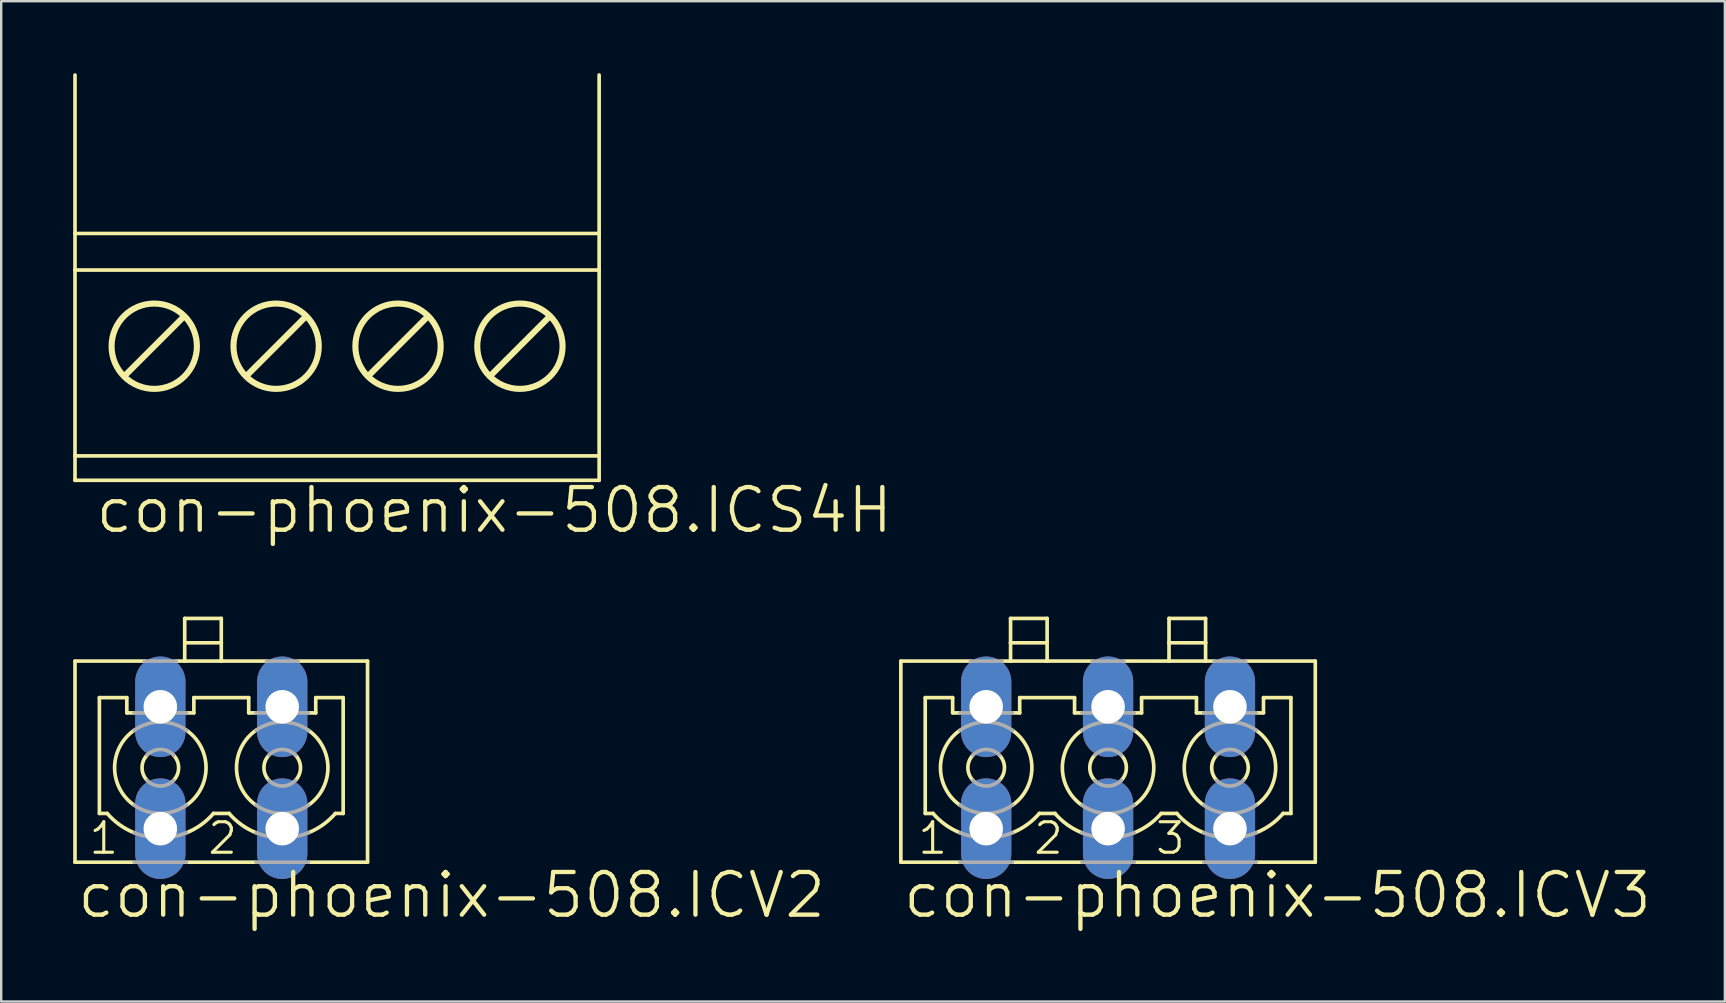
<source format=kicad_pcb>
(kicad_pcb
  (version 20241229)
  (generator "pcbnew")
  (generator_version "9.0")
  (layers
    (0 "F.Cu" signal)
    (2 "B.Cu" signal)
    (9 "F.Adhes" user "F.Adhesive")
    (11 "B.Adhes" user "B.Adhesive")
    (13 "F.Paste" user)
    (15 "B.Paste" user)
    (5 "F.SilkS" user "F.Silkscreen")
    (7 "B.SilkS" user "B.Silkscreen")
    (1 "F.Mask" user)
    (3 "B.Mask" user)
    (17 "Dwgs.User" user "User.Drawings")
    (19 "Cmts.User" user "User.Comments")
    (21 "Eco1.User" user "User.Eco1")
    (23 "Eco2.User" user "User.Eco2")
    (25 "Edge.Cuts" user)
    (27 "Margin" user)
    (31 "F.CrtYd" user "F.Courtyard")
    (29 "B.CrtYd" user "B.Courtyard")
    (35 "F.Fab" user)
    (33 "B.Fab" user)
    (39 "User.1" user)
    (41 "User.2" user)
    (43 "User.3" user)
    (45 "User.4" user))
  (footprint "con-phoenix-508.ICV3"
    (layer "F.Cu")
    (at 43.13 28.946)
    (property "Reference" "con-phoenix-508.ICV3" (at -8.636 6.35 0) (layer "F.SilkS") (effects (font (size 1.778 1.778) (thickness 0.18)) (justify left bottom)))
    (attr through_hole)
    (fp_line (start -8.636 -4.445) (end -8.636 3.937) (stroke (width 0.152) (type default)) (layer "F.SilkS"))
    (fp_line (start -8.636 -4.445) (end -5.74 -4.445) (stroke (width 0.152) (type default)) (layer "F.SilkS"))
    (fp_line (start -8.636 3.937) (end -6.172 3.937) (stroke (width 0.152) (type default)) (layer "F.SilkS"))
    (fp_line (start -7.62 -2.921) (end -7.62 1.905) (stroke (width 0.152) (type default)) (layer "F.SilkS"))
    (fp_line (start -7.62 -2.921) (end -6.477 -2.921) (stroke (width 0.152) (type default)) (layer "F.SilkS"))
    (fp_line (start -7.62 1.905) (end -7.294 1.905) (stroke (width 0.152) (type default)) (layer "F.SilkS"))
    (fp_line (start -6.477 -2.286) (end -6.477 -2.921) (stroke (width 0.152) (type default)) (layer "F.SilkS"))
    (fp_line (start -6.477 -2.286) (end -6.172 -2.286) (stroke (width 0.152) (type default)) (layer "F.SilkS"))
    (fp_line (start -4.42 -4.445) (end -4.064 -4.445) (stroke (width 0.152) (type default)) (layer "F.SilkS"))
    (fp_line (start -4.064 -5.207) (end -4.064 -6.223) (stroke (width 0.152) (type default)) (layer "F.SilkS"))
    (fp_line (start -4.064 -5.207) (end -2.54 -5.207) (stroke (width 0.152) (type default)) (layer "F.SilkS"))
    (fp_line (start -4.064 -4.445) (end -4.064 -5.207) (stroke (width 0.152) (type default)) (layer "F.SilkS"))
    (fp_line (start -4.064 -4.445) (end -2.54 -4.445) (stroke (width 0.152) (type default)) (layer "F.SilkS"))
    (fp_line (start -3.988 -2.286) (end -3.683 -2.286) (stroke (width 0.152) (type default)) (layer "F.SilkS"))
    (fp_line (start -3.988 3.937) (end -1.092 3.937) (stroke (width 0.152) (type default)) (layer "F.SilkS"))
    (fp_line (start -3.683 -2.921) (end -1.397 -2.921) (stroke (width 0.152) (type default)) (layer "F.SilkS"))
    (fp_line (start -3.683 -2.286) (end -3.683 -2.921) (stroke (width 0.152) (type default)) (layer "F.SilkS"))
    (fp_line (start -2.866 1.905) (end -2.214 1.905) (stroke (width 0.152) (type default)) (layer "F.SilkS"))
    (fp_line (start -2.54 -6.223) (end -4.064 -6.223) (stroke (width 0.152) (type default)) (layer "F.SilkS"))
    (fp_line (start -2.54 -5.207) (end -2.54 -6.223) (stroke (width 0.152) (type default)) (layer "F.SilkS"))
    (fp_line (start -2.54 -4.445) (end -2.54 -5.207) (stroke (width 0.152) (type default)) (layer "F.SilkS"))
    (fp_line (start -2.54 -4.445) (end -0.66 -4.445) (stroke (width 0.152) (type default)) (layer "F.SilkS"))
    (fp_line (start -1.397 -2.286) (end -1.397 -2.921) (stroke (width 0.152) (type default)) (layer "F.SilkS"))
    (fp_line (start -1.397 -2.286) (end -1.092 -2.286) (stroke (width 0.152) (type default)) (layer "F.SilkS"))
    (fp_line (start 0.66 -4.445) (end 2.54 -4.445) (stroke (width 0.152) (type default)) (layer "F.SilkS"))
    (fp_line (start 1.092 -2.286) (end 1.397 -2.286) (stroke (width 0.152) (type default)) (layer "F.SilkS"))
    (fp_line (start 1.092 3.937) (end 3.988 3.937) (stroke (width 0.152) (type default)) (layer "F.SilkS"))
    (fp_line (start 1.397 -2.921) (end 3.683 -2.921) (stroke (width 0.152) (type default)) (layer "F.SilkS"))
    (fp_line (start 1.397 -2.286) (end 1.397 -2.921) (stroke (width 0.152) (type default)) (layer "F.SilkS"))
    (fp_line (start 2.214 1.905) (end 2.866 1.905) (stroke (width 0.152) (type default)) (layer "F.SilkS"))
    (fp_line (start 2.54 -5.207) (end 2.54 -6.223) (stroke (width 0.152) (type default)) (layer "F.SilkS"))
    (fp_line (start 2.54 -5.207) (end 4.064 -5.207) (stroke (width 0.152) (type default)) (layer "F.SilkS"))
    (fp_line (start 2.54 -4.445) (end 2.54 -5.207) (stroke (width 0.152) (type default)) (layer "F.SilkS"))
    (fp_line (start 2.54 -4.445) (end 4.064 -4.445) (stroke (width 0.152) (type default)) (layer "F.SilkS"))
    (fp_line (start 3.683 -2.286) (end 3.683 -2.921) (stroke (width 0.152) (type default)) (layer "F.SilkS"))
    (fp_line (start 3.683 -2.286) (end 3.988 -2.286) (stroke (width 0.152) (type default)) (layer "F.SilkS"))
    (fp_line (start 4.064 -6.223) (end 2.54 -6.223) (stroke (width 0.152) (type default)) (layer "F.SilkS"))
    (fp_line (start 4.064 -5.207) (end 4.064 -6.223) (stroke (width 0.152) (type default)) (layer "F.SilkS"))
    (fp_line (start 4.064 -4.445) (end 4.064 -5.207) (stroke (width 0.152) (type default)) (layer "F.SilkS"))
    (fp_line (start 4.064 -4.445) (end 4.42 -4.445) (stroke (width 0.152) (type default)) (layer "F.SilkS"))
    (fp_line (start 5.74 -4.445) (end 8.636 -4.445) (stroke (width 0.152) (type default)) (layer "F.SilkS"))
    (fp_line (start 6.172 -2.286) (end 6.477 -2.286) (stroke (width 0.152) (type default)) (layer "F.SilkS"))
    (fp_line (start 6.172 3.937) (end 8.636 3.937) (stroke (width 0.152) (type default)) (layer "F.SilkS"))
    (fp_line (start 6.477 -2.921) (end 7.62 -2.921) (stroke (width 0.152) (type default)) (layer "F.SilkS"))
    (fp_line (start 6.477 -2.286) (end 6.477 -2.921) (stroke (width 0.152) (type default)) (layer "F.SilkS"))
    (fp_line (start 7.294 1.905) (end 7.62 1.905) (stroke (width 0.152) (type default)) (layer "F.SilkS"))
    (fp_line (start 7.62 1.905) (end 7.62 -2.921) (stroke (width 0.152) (type default)) (layer "F.SilkS"))
    (fp_line (start 8.636 -4.445) (end 8.636 3.937) (stroke (width 0.152) (type default)) (layer "F.SilkS"))
    (fp_arc (start -6.1722 1.5608) (mid -6.984993 0) (end -6.1722 -1.5608) (stroke (width 0.1524) (type default)) (layer "F.SilkS"))
    (fp_arc (start -6.1718 2.7092) (mid -6.781094 2.374351) (end -7.294 1.905) (stroke (width 0.1524) (type default)) (layer "F.SilkS"))
    (fp_arc (start -5.6314 0.526) (mid -5.842049 0) (end -5.6314 -0.526) (stroke (width 0.1524) (type default)) (layer "F.SilkS"))
    (fp_arc (start -4.5286 -0.526) (mid -4.317951 0) (end -4.5286 0.526) (stroke (width 0.1524) (type default)) (layer "F.SilkS"))
    (fp_arc (start -3.9878 -1.5608) (mid -3.175007 0) (end -3.9878 1.5608) (stroke (width 0.1524) (type default)) (layer "F.SilkS"))
    (fp_arc (start -2.8655 1.9051) (mid -3.378459 2.374412) (end -3.9878 2.7092) (stroke (width 0.1524) (type default)) (layer "F.SilkS"))
    (fp_arc (start -1.0922 1.5608) (mid -1.904993 0) (end -1.0922 -1.5608) (stroke (width 0.1524) (type default)) (layer "F.SilkS"))
    (fp_arc (start -1.0918 2.7092) (mid -1.701094 2.374351) (end -2.214 1.905) (stroke (width 0.1524) (type default)) (layer "F.SilkS"))
    (fp_arc (start -0.5514 0.526) (mid -0.762049 0) (end -0.5514 -0.526) (stroke (width 0.1524) (type default)) (layer "F.SilkS"))
    (fp_arc (start 0.5514 -0.526) (mid 0.762049 0) (end 0.5514 0.526) (stroke (width 0.1524) (type default)) (layer "F.SilkS"))
    (fp_arc (start 1.0922 -1.5608) (mid 1.904993 0) (end 1.0922 1.5608) (stroke (width 0.1524) (type default)) (layer "F.SilkS"))
    (fp_arc (start 2.214 1.905) (mid 1.701094 2.374351) (end 1.0918 2.7092) (stroke (width 0.1524) (type default)) (layer "F.SilkS"))
    (fp_arc (start 3.9878 1.5608) (mid 3.175007 0) (end 3.9878 -1.5608) (stroke (width 0.1524) (type default)) (layer "F.SilkS"))
    (fp_arc (start 3.9882 2.709) (mid 3.378916 2.374254) (end 2.866 1.905) (stroke (width 0.1524) (type default)) (layer "F.SilkS"))
    (fp_arc (start 4.5286 0.526) (mid 4.317951 0) (end 4.5286 -0.526) (stroke (width 0.1524) (type default)) (layer "F.SilkS"))
    (fp_arc (start 5.6314 -0.526) (mid 5.842049 0) (end 5.6314 0.526) (stroke (width 0.1524) (type default)) (layer "F.SilkS"))
    (fp_arc (start 6.1722 -1.5608) (mid 6.984993 0) (end 6.1722 1.5608) (stroke (width 0.1524) (type default)) (layer "F.SilkS"))
    (fp_arc (start 7.294 1.905) (mid 6.781094 2.374351) (end 6.1718 2.7092) (stroke (width 0.1524) (type default)) (layer "F.SilkS"))
    (fp_line (start -6.172 -2.286) (end -3.988 -2.286) (stroke (width 0.152) (type default)) (layer "F.Fab"))
    (fp_line (start -6.172 3.937) (end -3.988 3.937) (stroke (width 0.152) (type default)) (layer "F.Fab"))
    (fp_line (start -5.74 -4.445) (end -4.42 -4.445) (stroke (width 0.152) (type default)) (layer "F.Fab"))
    (fp_line (start -1.092 -2.286) (end 1.092 -2.286) (stroke (width 0.152) (type default)) (layer "F.Fab"))
    (fp_line (start -1.092 3.937) (end 1.092 3.937) (stroke (width 0.152) (type default)) (layer "F.Fab"))
    (fp_line (start -0.66 -4.445) (end 0.66 -4.445) (stroke (width 0.152) (type default)) (layer "F.Fab"))
    (fp_line (start 3.988 -2.286) (end 6.172 -2.286) (stroke (width 0.152) (type default)) (layer "F.Fab"))
    (fp_line (start 3.988 3.937) (end 6.172 3.937) (stroke (width 0.152) (type default)) (layer "F.Fab"))
    (fp_line (start 4.42 -4.445) (end 5.74 -4.445) (stroke (width 0.152) (type default)) (layer "F.Fab"))
    (fp_arc (start -6.1722 -1.5608) (mid -5.08 -1.904993) (end -3.9878 -1.5608) (stroke (width 0.1524) (type default)) (layer "F.Fab"))
    (fp_arc (start -5.6314 -0.526) (mid -5.08 -0.762049) (end -4.5286 -0.526) (stroke (width 0.1524) (type default)) (layer "F.Fab"))
    (fp_arc (start -4.5286 0.526) (mid -5.08 0.762049) (end -5.6314 0.526) (stroke (width 0.1524) (type default)) (layer "F.Fab"))
    (fp_arc (start -3.9878 1.5608) (mid -5.08 1.904993) (end -6.1722 1.5608) (stroke (width 0.1524) (type default)) (layer "F.Fab"))
    (fp_arc (start -3.9878 2.7092) (mid -5.08 2.921073) (end -6.1722 2.7092) (stroke (width 0.1524) (type default)) (layer "F.Fab"))
    (fp_arc (start -1.0922 -1.5608) (mid 0 -1.904993) (end 1.0922 -1.5608) (stroke (width 0.1524) (type default)) (layer "F.Fab"))
    (fp_arc (start -0.5514 -0.526) (mid 0 -0.762049) (end 0.5514 -0.526) (stroke (width 0.1524) (type default)) (layer "F.Fab"))
    (fp_arc (start 0.5514 0.526) (mid 0 0.762049) (end -0.5514 0.526) (stroke (width 0.1524) (type default)) (layer "F.Fab"))
    (fp_arc (start 1.0922 1.5608) (mid 0 1.904993) (end -1.0922 1.5608) (stroke (width 0.1524) (type default)) (layer "F.Fab"))
    (fp_arc (start 1.0922 2.7092) (mid 0 2.921073) (end -1.0922 2.7092) (stroke (width 0.1524) (type default)) (layer "F.Fab"))
    (fp_arc (start 3.9878 -1.5608) (mid 5.08 -1.904993) (end 6.1722 -1.5608) (stroke (width 0.1524) (type default)) (layer "F.Fab"))
    (fp_arc (start 4.5286 -0.526) (mid 5.08 -0.762049) (end 5.6314 -0.526) (stroke (width 0.1524) (type default)) (layer "F.Fab"))
    (fp_arc (start 5.6314 0.526) (mid 5.08 0.762049) (end 4.5286 0.526) (stroke (width 0.1524) (type default)) (layer "F.Fab"))
    (fp_arc (start 6.1722 1.5608) (mid 5.08 1.904993) (end 3.9878 1.5608) (stroke (width 0.1524) (type default)) (layer "F.Fab"))
    (fp_arc (start 6.1722 2.7092) (mid 5.08 2.921073) (end 3.9878 2.7092) (stroke (width 0.1524) (type default)) (layer "F.Fab"))
    (fp_text user "3" (at 1.905 3.683 0) (layer "F.SilkS") (effects (font (size 1.27 1.27) (thickness 0.13)) (justify left bottom)))
    (fp_text user "2" (at -3.175 3.683 0) (layer "F.SilkS") (effects (font (size 1.27 1.27) (thickness 0.13)) (justify left bottom)))
    (fp_text user "1" (at -8.001 3.683 0) (layer "F.SilkS") (effects (font (size 1.27 1.27) (thickness 0.13)) (justify left bottom)))
    (pad "1" thru_hole oval (at -5.08 -2.54 90) (size 4.191 2.095) (drill 1.397) (layers "*.Cu" "*.Mask"))
    (pad "1A" thru_hole oval (at -5.08 2.54 90) (size 4.191 2.095) (drill 1.397) (layers "*.Cu" "*.Mask"))
    (pad "2" thru_hole oval (at 0 -2.54 90) (size 4.191 2.095) (drill 1.397) (layers "*.Cu" "*.Mask"))
    (pad "2A" thru_hole oval (at 0 2.54 90) (size 4.191 2.095) (drill 1.397) (layers "*.Cu" "*.Mask"))
    (pad "3" thru_hole oval (at 5.08 -2.54 90) (size 4.191 2.095) (drill 1.397) (layers "*.Cu" "*.Mask"))
    (pad "3A" thru_hole oval (at 5.08 2.54 90) (size 4.191 2.095) (drill 1.397) (layers "*.Cu" "*.Mask")))
  (footprint "con-phoenix-508.ICV2"
    (layer "F.Cu")
    (at 6.172 28.946)
    (property "Reference" "con-phoenix-508.ICV2" (at -6.096 6.35 0) (layer "F.SilkS") (effects (font (size 1.778 1.778) (thickness 0.18)) (justify left bottom)))
    (attr through_hole)
    (fp_line (start -6.096 -4.445) (end -6.096 3.937) (stroke (width 0.152) (type default)) (layer "F.SilkS"))
    (fp_line (start -6.096 -4.445) (end -3.199 -4.445) (stroke (width 0.152) (type default)) (layer "F.SilkS"))
    (fp_line (start -6.096 3.937) (end -3.632 3.937) (stroke (width 0.152) (type default)) (layer "F.SilkS"))
    (fp_line (start -5.08 -2.921) (end -5.08 1.905) (stroke (width 0.152) (type default)) (layer "F.SilkS"))
    (fp_line (start -5.08 -2.921) (end -3.937 -2.921) (stroke (width 0.152) (type default)) (layer "F.SilkS"))
    (fp_line (start -5.08 1.905) (end -4.754 1.905) (stroke (width 0.152) (type default)) (layer "F.SilkS"))
    (fp_line (start -3.937 -2.286) (end -3.937 -2.921) (stroke (width 0.152) (type default)) (layer "F.SilkS"))
    (fp_line (start -3.937 -2.286) (end -3.632 -2.286) (stroke (width 0.152) (type default)) (layer "F.SilkS"))
    (fp_line (start -1.88 -4.445) (end -1.524 -4.445) (stroke (width 0.152) (type default)) (layer "F.SilkS"))
    (fp_line (start -1.524 -5.207) (end -1.524 -6.223) (stroke (width 0.152) (type default)) (layer "F.SilkS"))
    (fp_line (start -1.524 -5.207) (end 0 -5.207) (stroke (width 0.152) (type default)) (layer "F.SilkS"))
    (fp_line (start -1.524 -4.445) (end -1.524 -5.207) (stroke (width 0.152) (type default)) (layer "F.SilkS"))
    (fp_line (start -1.524 -4.445) (end 0 -4.445) (stroke (width 0.152) (type default)) (layer "F.SilkS"))
    (fp_line (start -1.448 -2.286) (end -1.143 -2.286) (stroke (width 0.152) (type default)) (layer "F.SilkS"))
    (fp_line (start -1.448 3.937) (end 1.448 3.937) (stroke (width 0.152) (type default)) (layer "F.SilkS"))
    (fp_line (start -1.143 -2.921) (end 1.143 -2.921) (stroke (width 0.152) (type default)) (layer "F.SilkS"))
    (fp_line (start -1.143 -2.286) (end -1.143 -2.921) (stroke (width 0.152) (type default)) (layer "F.SilkS"))
    (fp_line (start -0.326 1.905) (end 0.326 1.905) (stroke (width 0.152) (type default)) (layer "F.SilkS"))
    (fp_line (start 0 -6.223) (end -1.524 -6.223) (stroke (width 0.152) (type default)) (layer "F.SilkS"))
    (fp_line (start 0 -5.207) (end 0 -6.223) (stroke (width 0.152) (type default)) (layer "F.SilkS"))
    (fp_line (start 0 -4.445) (end 0 -5.207) (stroke (width 0.152) (type default)) (layer "F.SilkS"))
    (fp_line (start 0 -4.445) (end 1.88 -4.445) (stroke (width 0.152) (type default)) (layer "F.SilkS"))
    (fp_line (start 1.143 -2.286) (end 1.143 -2.921) (stroke (width 0.152) (type default)) (layer "F.SilkS"))
    (fp_line (start 1.143 -2.286) (end 1.448 -2.286) (stroke (width 0.152) (type default)) (layer "F.SilkS"))
    (fp_line (start 3.2 -4.445) (end 6.096 -4.445) (stroke (width 0.152) (type default)) (layer "F.SilkS"))
    (fp_line (start 3.632 -2.286) (end 3.937 -2.286) (stroke (width 0.152) (type default)) (layer "F.SilkS"))
    (fp_line (start 3.632 3.937) (end 6.096 3.937) (stroke (width 0.152) (type default)) (layer "F.SilkS"))
    (fp_line (start 3.937 -2.921) (end 5.08 -2.921) (stroke (width 0.152) (type default)) (layer "F.SilkS"))
    (fp_line (start 3.937 -2.286) (end 3.937 -2.921) (stroke (width 0.152) (type default)) (layer "F.SilkS"))
    (fp_line (start 4.754 1.905) (end 5.08 1.905) (stroke (width 0.152) (type default)) (layer "F.SilkS"))
    (fp_line (start 5.08 1.905) (end 5.08 -2.921) (stroke (width 0.152) (type default)) (layer "F.SilkS"))
    (fp_line (start 6.096 -4.445) (end 6.096 3.937) (stroke (width 0.152) (type default)) (layer "F.SilkS"))
    (fp_arc (start -3.6322 1.5608) (mid -4.444993 0) (end -3.6322 -1.5608) (stroke (width 0.1524) (type default)) (layer "F.SilkS"))
    (fp_arc (start -3.6318 2.7092) (mid -4.241094 2.374351) (end -4.754 1.905) (stroke (width 0.1524) (type default)) (layer "F.SilkS"))
    (fp_arc (start -3.0914 0.526) (mid -3.302049 0) (end -3.0914 -0.526) (stroke (width 0.1524) (type default)) (layer "F.SilkS"))
    (fp_arc (start -1.9886 -0.526) (mid -1.777951 0) (end -1.9886 0.526) (stroke (width 0.1524) (type default)) (layer "F.SilkS"))
    (fp_arc (start -1.4478 -1.5608) (mid -0.635007 0) (end -1.4478 1.5608) (stroke (width 0.1524) (type default)) (layer "F.SilkS"))
    (fp_arc (start -0.3255 1.9051) (mid -0.838459 2.374412) (end -1.4478 2.7092) (stroke (width 0.1524) (type default)) (layer "F.SilkS"))
    (fp_arc (start 1.4478 1.5608) (mid 0.635007 0) (end 1.4478 -1.5608) (stroke (width 0.1524) (type default)) (layer "F.SilkS"))
    (fp_arc (start 1.4482 2.709) (mid 0.838916 2.374254) (end 0.326 1.905) (stroke (width 0.1524) (type default)) (layer "F.SilkS"))
    (fp_arc (start 1.9886 0.526) (mid 1.777951 0) (end 1.9886 -0.526) (stroke (width 0.1524) (type default)) (layer "F.SilkS"))
    (fp_arc (start 3.0914 -0.526) (mid 3.302049 0) (end 3.0914 0.526) (stroke (width 0.1524) (type default)) (layer "F.SilkS"))
    (fp_arc (start 3.6322 -1.5608) (mid 4.444993 0) (end 3.6322 1.5608) (stroke (width 0.1524) (type default)) (layer "F.SilkS"))
    (fp_arc (start 4.754 1.905) (mid 4.241094 2.374351) (end 3.6318 2.7092) (stroke (width 0.1524) (type default)) (layer "F.SilkS"))
    (fp_line (start -3.632 -2.286) (end -1.448 -2.286) (stroke (width 0.152) (type default)) (layer "F.Fab"))
    (fp_line (start -3.632 3.937) (end -1.448 3.937) (stroke (width 0.152) (type default)) (layer "F.Fab"))
    (fp_line (start -3.2 -4.445) (end -1.88 -4.445) (stroke (width 0.152) (type default)) (layer "F.Fab"))
    (fp_line (start 1.448 -2.286) (end 3.632 -2.286) (stroke (width 0.152) (type default)) (layer "F.Fab"))
    (fp_line (start 1.448 3.937) (end 3.632 3.937) (stroke (width 0.152) (type default)) (layer "F.Fab"))
    (fp_line (start 1.88 -4.445) (end 3.2 -4.445) (stroke (width 0.152) (type default)) (layer "F.Fab"))
    (fp_arc (start -3.6322 -1.5608) (mid -2.54 -1.904993) (end -1.4478 -1.5608) (stroke (width 0.1524) (type default)) (layer "F.Fab"))
    (fp_arc (start -3.0914 -0.526) (mid -2.54 -0.762049) (end -1.9886 -0.526) (stroke (width 0.1524) (type default)) (layer "F.Fab"))
    (fp_arc (start -1.9886 0.526) (mid -2.54 0.762049) (end -3.0914 0.526) (stroke (width 0.1524) (type default)) (layer "F.Fab"))
    (fp_arc (start -1.4478 1.5608) (mid -2.54 1.904993) (end -3.6322 1.5608) (stroke (width 0.1524) (type default)) (layer "F.Fab"))
    (fp_arc (start -1.4478 2.7092) (mid -2.54 2.921073) (end -3.6322 2.7092) (stroke (width 0.1524) (type default)) (layer "F.Fab"))
    (fp_arc (start 1.4478 -1.5608) (mid 2.54 -1.904993) (end 3.6322 -1.5608) (stroke (width 0.1524) (type default)) (layer "F.Fab"))
    (fp_arc (start 1.9886 -0.526) (mid 2.54 -0.762049) (end 3.0914 -0.526) (stroke (width 0.1524) (type default)) (layer "F.Fab"))
    (fp_arc (start 3.0914 0.526) (mid 2.54 0.762049) (end 1.9886 0.526) (stroke (width 0.1524) (type default)) (layer "F.Fab"))
    (fp_arc (start 3.6322 1.5608) (mid 2.54 1.904993) (end 1.4478 1.5608) (stroke (width 0.1524) (type default)) (layer "F.Fab"))
    (fp_arc (start 3.6322 2.7092) (mid 2.54 2.921073) (end 1.4478 2.7092) (stroke (width 0.1524) (type default)) (layer "F.Fab"))
    (fp_text user "1" (at -5.588 3.683 0) (layer "F.SilkS") (effects (font (size 1.27 1.27) (thickness 0.13)) (justify left bottom)))
    (fp_text user "2" (at -0.635 3.683 0) (layer "F.SilkS") (effects (font (size 1.27 1.27) (thickness 0.13)) (justify left bottom)))
    (pad "1" thru_hole oval (at -2.54 -2.54 90) (size 4.191 2.095) (drill 1.397) (layers "*.Cu" "*.Mask"))
    (pad "1A" thru_hole oval (at -2.54 2.54 90) (size 4.191 2.095) (drill 1.397) (layers "*.Cu" "*.Mask"))
    (pad "2" thru_hole oval (at 2.54 -2.54 90) (size 4.191 2.095) (drill 1.397) (layers "*.Cu" "*.Mask"))
    (pad "2A" thru_hole oval (at 2.54 2.54 90) (size 4.191 2.095) (drill 1.397) (layers "*.Cu" "*.Mask")))
  (footprint "con-phoenix-508.ICS4H"
    (layer "F.Cu")
    (at 10.998 10.109)
    (property "Reference" "con-phoenix-508.ICS4H" (at -10.16 9.144 0) (layer "F.SilkS") (effects (font (size 1.778 1.778) (thickness 0.18)) (justify left bottom)))
    (fp_line (start -10.922 -10.033) (end -10.922 -3.429) (stroke (width 0.152) (type default)) (layer "F.SilkS"))
    (fp_line (start -10.922 -3.429) (end -10.922 -1.905) (stroke (width 0.152) (type default)) (layer "F.SilkS"))
    (fp_line (start -10.922 -3.429) (end 10.922 -3.429) (stroke (width 0.152) (type default)) (layer "F.SilkS"))
    (fp_line (start -10.922 -1.905) (end -10.922 5.842) (stroke (width 0.152) (type default)) (layer "F.SilkS"))
    (fp_line (start -10.922 -1.905) (end 10.922 -1.905) (stroke (width 0.152) (type default)) (layer "F.SilkS"))
    (fp_line (start -10.922 5.842) (end -10.922 6.858) (stroke (width 0.152) (type default)) (layer "F.SilkS"))
    (fp_line (start -10.922 5.842) (end 10.922 5.842) (stroke (width 0.152) (type default)) (layer "F.SilkS"))
    (fp_line (start -10.922 6.858) (end 10.922 6.858) (stroke (width 0.152) (type default)) (layer "F.SilkS"))
    (fp_line (start -8.763 2.413) (end -6.477 0.127) (stroke (width 0.254) (type default)) (layer "F.SilkS"))
    (fp_line (start -3.683 2.413) (end -1.397 0.127) (stroke (width 0.254) (type default)) (layer "F.SilkS"))
    (fp_line (start 1.397 2.413) (end 3.683 0.127) (stroke (width 0.254) (type default)) (layer "F.SilkS"))
    (fp_line (start 6.477 2.413) (end 8.763 0.127) (stroke (width 0.254) (type default)) (layer "F.SilkS"))
    (fp_line (start 10.922 -10.033) (end 10.922 -3.429) (stroke (width 0.152) (type default)) (layer "F.SilkS"))
    (fp_line (start 10.922 -3.429) (end 10.922 -1.905) (stroke (width 0.152) (type default)) (layer "F.SilkS"))
    (fp_line (start 10.922 -1.905) (end 10.922 5.842) (stroke (width 0.152) (type default)) (layer "F.SilkS"))
    (fp_line (start 10.922 5.842) (end 10.922 6.858) (stroke (width 0.152) (type default)) (layer "F.SilkS"))
    (fp_circle (center -7.62 1.27) (end -5.842 1.27) (stroke (width 0.254) (type default)) (fill no) (layer "F.SilkS"))
    (fp_circle (center -2.54 1.27) (end -0.762 1.27) (stroke (width 0.254) (type default)) (fill no) (layer "F.SilkS"))
    (fp_circle (center 2.54 1.27) (end 4.318 1.27) (stroke (width 0.254) (type default)) (fill no) (layer "F.SilkS"))
    (fp_circle (center 7.62 1.27) (end 9.398 1.27) (stroke (width 0.254) (type default)) (fill no) (layer "F.SilkS")))
  (gr_rect
    (start -3 -3)
    (end 68.836 38.691)
    (stroke (width 0.1) (type default))
    (fill no)
    (layer "Edge.Cuts")))
</source>
